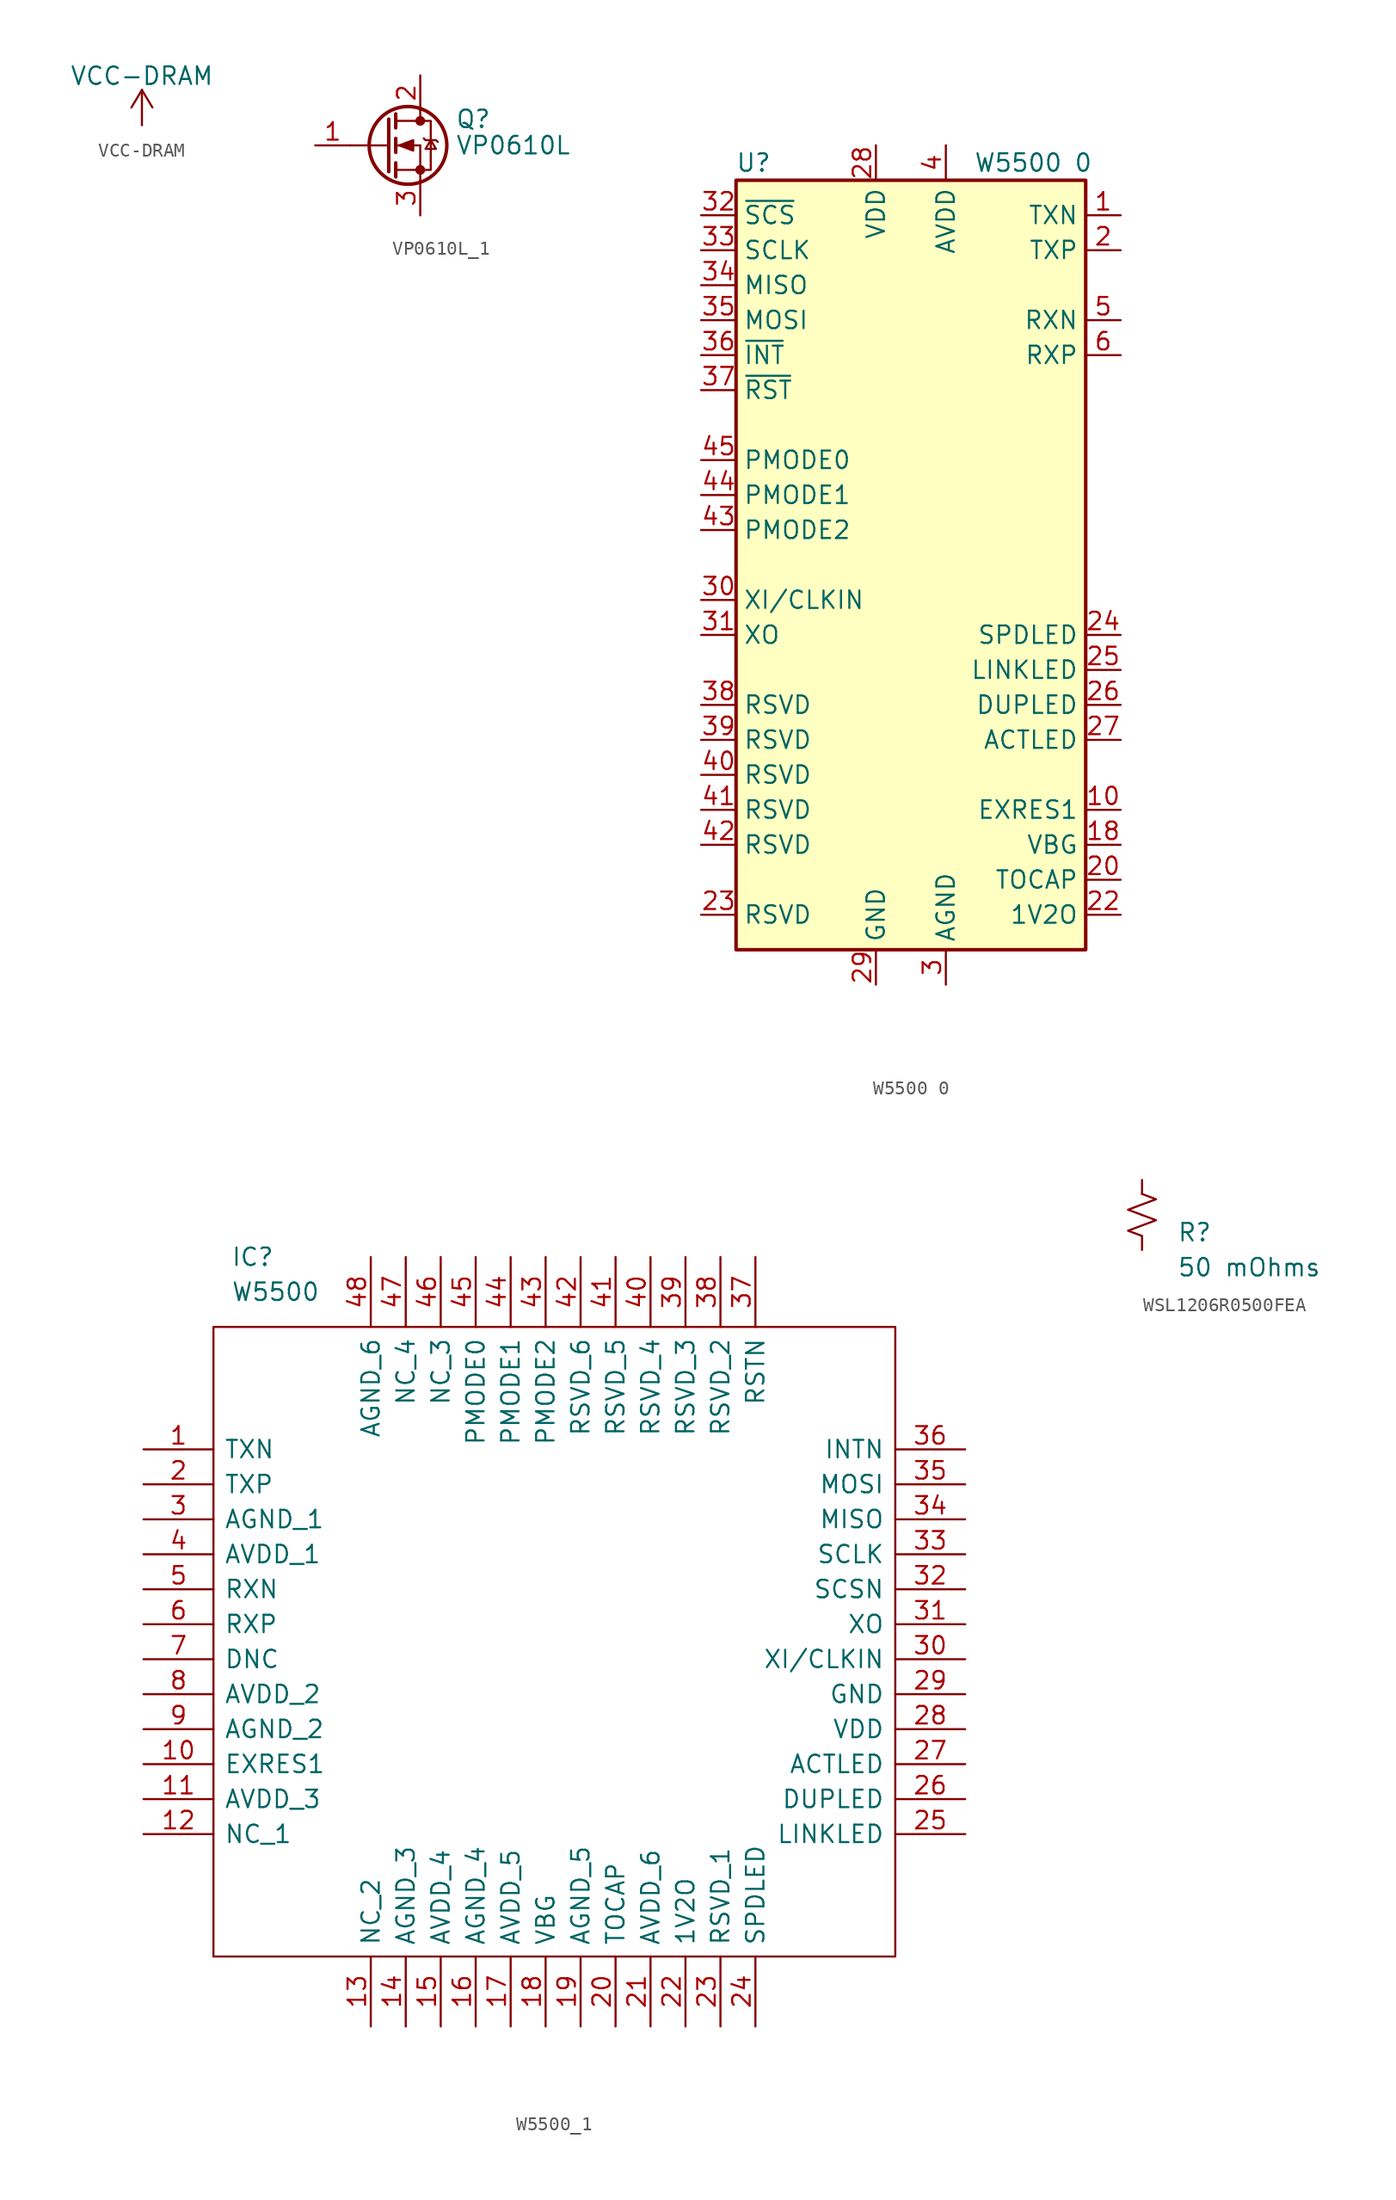
<source format=kicad_sym>
(kicad_symbol_lib
  (version 20231120)
  (generator "kicad_symbol_editor")
  (generator_version "8.0")
  (symbol "VCC-DRAM"
    (power)
    (pin_numbers hide)
    (pin_names
      (offset 0) hide)
    (property "Reference" "#PWR"
      (at 0 -3.81 0)
      (effects (font (size 1.27 1.27)) (hide yes)))
    (property "Value" "VCC-DRAM"
      (at 0 3.556 0)
      (effects (font (size 1.27 1.27))))
    (symbol "VCC-DRAM_0_1"
      (polyline (pts (xy -0.762 1.27) (xy 0 2.54)) (stroke (width 0) (type default)) (fill (type none)))
      (polyline (pts (xy 0 0) (xy 0 2.54)) (stroke (width 0) (type default)) (fill (type none)))
      (polyline (pts (xy 0 2.54) (xy 0.762 1.27)) (stroke (width 0) (type default)) (fill (type none))))
    (symbol "VCC-DRAM_1_1"
      (pin power_in line (at 0 0 90) (length 0) (name "~" (effects (font (size 1.27 1.27)))) (number "1" (effects (font (size 1.27 1.27)))))))
  (symbol "VP0610L_1"
    (pin_names
      (offset 0) hide)
    (property "Reference" "Q"
      (at 5.08 1.905 0)
      (effects (font (size 1.27 1.27)) (justify left)))
    (property "Value" "VP0610L"
      (at 5.08 0 0)
      (effects (font (size 1.27 1.27)) (justify left)))
    (symbol "VP0610L_1_0_1"
      (polyline (pts (xy -2.54 0) (xy 0.254 0)) (stroke (width 0) (type default)) (fill (type none)))
      (polyline (pts (xy 0.762 -1.778) (xy 2.54 -1.778)) (stroke (width 0) (type default)) (fill (type none)))
      (polyline (pts (xy 0.762 -1.27) (xy 0.762 -2.286)) (stroke (width 0.254) (type default)) (fill (type none)))
      (polyline (pts (xy 0.762 0) (xy 2.54 0)) (stroke (width 0) (type default)) (fill (type none)))
      (polyline (pts (xy 0.762 0.508) (xy 0.762 -0.508)) (stroke (width 0.254) (type default)) (fill (type none)))
      (polyline (pts (xy 0.762 1.778) (xy 2.54 1.778)) (stroke (width 0) (type default)) (fill (type none)))
      (polyline (pts (xy 0.762 2.286) (xy 0.762 1.27)) (stroke (width 0.254) (type default)) (fill (type none)))
      (polyline (pts (xy 2.54 -1.778) (xy 2.54 -2.54)) (stroke (width 0) (type default)) (fill (type none)))
      (polyline (pts (xy 2.54 -1.778) (xy 2.54 0)) (stroke (width 0) (type default)) (fill (type none)))
      (polyline (pts (xy 2.54 2.54) (xy 2.54 1.778)) (stroke (width 0) (type default)) (fill (type none)))
      (polyline (pts (xy 0.254 1.905) (xy 0.254 -1.905) (xy 0.254 -1.905)) (stroke (width 0.254) (type default)) (fill (type none)))
      (polyline (pts (xy 1.016 0) (xy 2.032 0.381) (xy 2.032 -0.381) (xy 1.016 0)) (stroke (width 0) (type default)) (fill (type outline)))
      (polyline (pts (xy 2.54 -1.778) (xy 3.302 -1.778) (xy 3.302 1.778) (xy 2.54 1.778)) (stroke (width 0) (type default)) (fill (type none)))
      (polyline (pts (xy 2.794 0.508) (xy 2.921 0.381) (xy 3.683 0.381) (xy 3.81 0.254)) (stroke (width 0) (type default)) (fill (type none)))
      (polyline (pts (xy 3.302 0.381) (xy 2.921 -0.254) (xy 3.683 -0.254) (xy 3.302 0.381)) (stroke (width 0) (type default)) (fill (type none)))
      (circle (center 1.651 0) (radius 2.819) (stroke (width 0.254) (type default)) (fill (type none)))
      (circle (center 2.54 -1.778) (radius 0.279) (stroke (width 0) (type default)) (fill (type outline)))
      (circle (center 2.54 1.778) (radius 0.279) (stroke (width 0) (type default)) (fill (type outline))))
    (symbol "VP0610L_1_1_1"
      (pin input line (at -5.08 0 0) (length 2.54) (name "G" (effects (font (size 1.27 1.27)))) (number "1" (effects (font (size 1.27 1.27)))))
      (pin passive line (at 2.54 5.08 270) (length 2.54) (name "D" (effects (font (size 1.27 1.27)))) (number "2" (effects (font (size 1.27 1.27)))))
      (pin passive line (at 2.54 -5.08 90) (length 2.54) (name "S" (effects (font (size 1.27 1.27)))) (number "3" (effects (font (size 1.27 1.27)))))))
  (symbol "W5500 0"
    (property "Reference" "U"
      (at -11.43 29.21 0)
      (effects (font (size 1.27 1.27))))
    (property "Value" "W5500 0"
      (at 8.89 29.21 0)
      (effects (font (size 1.27 1.27))))
    (symbol "W5500 0_0_1"
      (rectangle (start -12.7 27.94) (end 12.7 -27.94) (stroke (width 0.254) (type default)) (fill (type background))))
    (symbol "W5500 0_1_1"
      (pin output line (at 15.24 25.4 180) (length 2.54) (name "TXN" (effects (font (size 1.27 1.27)))) (number "1" (effects (font (size 1.27 1.27)))))
      (pin passive line (at 15.24 -17.78 180) (length 2.54) (name "EXRES1" (effects (font (size 1.27 1.27)))) (number "10" (effects (font (size 1.27 1.27)))))
      (pin passive line (at 2.54 30.48 270) (length 2.54) hide (name "AVDD" (effects (font (size 1.27 1.27)))) (number "11" (effects (font (size 1.27 1.27)))))
      (pin no_connect line (at 12.7 7.62 180) (length 2.54) hide (name "NC" (effects (font (size 1.27 1.27)))) (number "12" (effects (font (size 1.27 1.27)))))
      (pin no_connect line (at 12.7 5.08 180) (length 2.54) hide (name "NC" (effects (font (size 1.27 1.27)))) (number "13" (effects (font (size 1.27 1.27)))))
      (pin passive line (at 2.54 -30.48 90) (length 2.54) hide (name "AGND" (effects (font (size 1.27 1.27)))) (number "14" (effects (font (size 1.27 1.27)))))
      (pin passive line (at 2.54 30.48 270) (length 2.54) hide (name "AVDD" (effects (font (size 1.27 1.27)))) (number "15" (effects (font (size 1.27 1.27)))))
      (pin passive line (at 2.54 -30.48 90) (length 2.54) hide (name "AGND" (effects (font (size 1.27 1.27)))) (number "16" (effects (font (size 1.27 1.27)))))
      (pin passive line (at 2.54 30.48 270) (length 2.54) hide (name "AVDD" (effects (font (size 1.27 1.27)))) (number "17" (effects (font (size 1.27 1.27)))))
      (pin passive line (at 15.24 -20.32 180) (length 2.54) (name "VBG" (effects (font (size 1.27 1.27)))) (number "18" (effects (font (size 1.27 1.27)))))
      (pin passive line (at 2.54 -30.48 90) (length 2.54) hide (name "AGND" (effects (font (size 1.27 1.27)))) (number "19" (effects (font (size 1.27 1.27)))))
      (pin output line (at 15.24 22.86 180) (length 2.54) (name "TXP" (effects (font (size 1.27 1.27)))) (number "2" (effects (font (size 1.27 1.27)))))
      (pin passive line (at 15.24 -22.86 180) (length 2.54) (name "TOCAP" (effects (font (size 1.27 1.27)))) (number "20" (effects (font (size 1.27 1.27)))))
      (pin passive line (at 2.54 30.48 270) (length 2.54) hide (name "AVDD" (effects (font (size 1.27 1.27)))) (number "21" (effects (font (size 1.27 1.27)))))
      (pin output line (at 15.24 -25.4 180) (length 2.54) (name "1V2O" (effects (font (size 1.27 1.27)))) (number "22" (effects (font (size 1.27 1.27)))))
      (pin input line (at -15.24 -25.4 0) (length 2.54) (name "RSVD" (effects (font (size 1.27 1.27)))) (number "23" (effects (font (size 1.27 1.27)))))
      (pin output line (at 15.24 -5.08 180) (length 2.54) (name "SPDLED" (effects (font (size 1.27 1.27)))) (number "24" (effects (font (size 1.27 1.27)))))
      (pin output line (at 15.24 -7.62 180) (length 2.54) (name "LINKLED" (effects (font (size 1.27 1.27)))) (number "25" (effects (font (size 1.27 1.27)))))
      (pin output line (at 15.24 -10.16 180) (length 2.54) (name "DUPLED" (effects (font (size 1.27 1.27)))) (number "26" (effects (font (size 1.27 1.27)))))
      (pin output line (at 15.24 -12.7 180) (length 2.54) (name "ACTLED" (effects (font (size 1.27 1.27)))) (number "27" (effects (font (size 1.27 1.27)))))
      (pin power_in line (at -2.54 30.48 270) (length 2.54) (name "VDD" (effects (font (size 1.27 1.27)))) (number "28" (effects (font (size 1.27 1.27)))))
      (pin power_in line (at -2.54 -30.48 90) (length 2.54) (name "GND" (effects (font (size 1.27 1.27)))) (number "29" (effects (font (size 1.27 1.27)))))
      (pin power_in line (at 2.54 -30.48 90) (length 2.54) (name "AGND" (effects (font (size 1.27 1.27)))) (number "3" (effects (font (size 1.27 1.27)))))
      (pin input line (at -15.24 -2.54 0) (length 2.54) (name "XI/CLKIN" (effects (font (size 1.27 1.27)))) (number "30" (effects (font (size 1.27 1.27)))))
      (pin output line (at -15.24 -5.08 0) (length 2.54) (name "XO" (effects (font (size 1.27 1.27)))) (number "31" (effects (font (size 1.27 1.27)))))
      (pin input line (at -15.24 25.4 0) (length 2.54) (name "~{SCS}" (effects (font (size 1.27 1.27)))) (number "32" (effects (font (size 1.27 1.27)))))
      (pin input line (at -15.24 22.86 0) (length 2.54) (name "SCLK" (effects (font (size 1.27 1.27)))) (number "33" (effects (font (size 1.27 1.27)))))
      (pin output line (at -15.24 20.32 0) (length 2.54) (name "MISO" (effects (font (size 1.27 1.27)))) (number "34" (effects (font (size 1.27 1.27)))))
      (pin input line (at -15.24 17.78 0) (length 2.54) (name "MOSI" (effects (font (size 1.27 1.27)))) (number "35" (effects (font (size 1.27 1.27)))))
      (pin input line (at -15.24 15.24 0) (length 2.54) (name "~{INT}" (effects (font (size 1.27 1.27)))) (number "36" (effects (font (size 1.27 1.27)))))
      (pin input line (at -15.24 12.7 0) (length 2.54) (name "~{RST}" (effects (font (size 1.27 1.27)))) (number "37" (effects (font (size 1.27 1.27)))))
      (pin input line (at -15.24 -10.16 0) (length 2.54) (name "RSVD" (effects (font (size 1.27 1.27)))) (number "38" (effects (font (size 1.27 1.27)))))
      (pin input line (at -15.24 -12.7 0) (length 2.54) (name "RSVD" (effects (font (size 1.27 1.27)))) (number "39" (effects (font (size 1.27 1.27)))))
      (pin power_in line (at 2.54 30.48 270) (length 2.54) (name "AVDD" (effects (font (size 1.27 1.27)))) (number "4" (effects (font (size 1.27 1.27)))))
      (pin input line (at -15.24 -15.24 0) (length 2.54) (name "RSVD" (effects (font (size 1.27 1.27)))) (number "40" (effects (font (size 1.27 1.27)))))
      (pin input line (at -15.24 -17.78 0) (length 2.54) (name "RSVD" (effects (font (size 1.27 1.27)))) (number "41" (effects (font (size 1.27 1.27)))))
      (pin input line (at -15.24 -20.32 0) (length 2.54) (name "RSVD" (effects (font (size 1.27 1.27)))) (number "42" (effects (font (size 1.27 1.27)))))
      (pin input line (at -15.24 2.54 0) (length 2.54) (name "PMODE2" (effects (font (size 1.27 1.27)))) (number "43" (effects (font (size 1.27 1.27)))))
      (pin input line (at -15.24 5.08 0) (length 2.54) (name "PMODE1" (effects (font (size 1.27 1.27)))) (number "44" (effects (font (size 1.27 1.27)))))
      (pin input line (at -15.24 7.62 0) (length 2.54) (name "PMODE0" (effects (font (size 1.27 1.27)))) (number "45" (effects (font (size 1.27 1.27)))))
      (pin no_connect line (at 12.7 2.54 180) (length 2.54) hide (name "NC" (effects (font (size 1.27 1.27)))) (number "46" (effects (font (size 1.27 1.27)))))
      (pin no_connect line (at 12.7 0 180) (length 2.54) hide (name "NC" (effects (font (size 1.27 1.27)))) (number "47" (effects (font (size 1.27 1.27)))))
      (pin passive line (at 2.54 -30.48 90) (length 2.54) hide (name "AGND" (effects (font (size 1.27 1.27)))) (number "48" (effects (font (size 1.27 1.27)))))
      (pin input line (at 15.24 17.78 180) (length 2.54) (name "RXN" (effects (font (size 1.27 1.27)))) (number "5" (effects (font (size 1.27 1.27)))))
      (pin input line (at 15.24 15.24 180) (length 2.54) (name "RXP" (effects (font (size 1.27 1.27)))) (number "6" (effects (font (size 1.27 1.27)))))
      (pin no_connect line (at 12.7 10.16 180) (length 2.54) hide (name "DNC" (effects (font (size 1.27 1.27)))) (number "7" (effects (font (size 1.27 1.27)))))
      (pin passive line (at 2.54 30.48 270) (length 2.54) hide (name "AVDD" (effects (font (size 1.27 1.27)))) (number "8" (effects (font (size 1.27 1.27)))))
      (pin passive line (at 2.54 -30.48 90) (length 2.54) hide (name "AGND" (effects (font (size 1.27 1.27)))) (number "9" (effects (font (size 1.27 1.27)))))))
  (symbol "W5500_1"
    (pin_names
      (offset 0.762))
    (property "Reference" "IC"
      (at -24.13 27.94 0)
      (effects (font (size 1.27 1.27)) (justify left)))
    (property "Value" "W5500"
      (at -24.13 25.4 0)
      (effects (font (size 1.27 1.27)) (justify left)))
    (symbol "W5500_1_0_0"
      (pin unspecified line (at -30.48 13.97 0) (length 5.08) (name "TXN" (effects (font (size 1.27 1.27)))) (number "1" (effects (font (size 1.27 1.27)))))
      (pin unspecified line (at -30.48 -8.89 0) (length 5.08) (name "EXRES1" (effects (font (size 1.27 1.27)))) (number "10" (effects (font (size 1.27 1.27)))))
      (pin power_in line (at -30.48 -11.43 0) (length 5.08) (name "AVDD_3" (effects (font (size 1.27 1.27)))) (number "11" (effects (font (size 1.27 1.27)))))
      (pin unspecified line (at -30.48 -13.97 0) (length 5.08) (name "NC_1" (effects (font (size 1.27 1.27)))) (number "12" (effects (font (size 1.27 1.27)))))
      (pin unspecified line (at -13.97 -27.94 90) (length 5.08) (name "NC_2" (effects (font (size 1.27 1.27)))) (number "13" (effects (font (size 1.27 1.27)))))
      (pin power_in line (at -11.43 -27.94 90) (length 5.08) (name "AGND_3" (effects (font (size 1.27 1.27)))) (number "14" (effects (font (size 1.27 1.27)))))
      (pin power_in line (at -8.89 -27.94 90) (length 5.08) (name "AVDD_4" (effects (font (size 1.27 1.27)))) (number "15" (effects (font (size 1.27 1.27)))))
      (pin power_in line (at -6.35 -27.94 90) (length 5.08) (name "AGND_4" (effects (font (size 1.27 1.27)))) (number "16" (effects (font (size 1.27 1.27)))))
      (pin power_in line (at -3.81 -27.94 90) (length 5.08) (name "AVDD_5" (effects (font (size 1.27 1.27)))) (number "17" (effects (font (size 1.27 1.27)))))
      (pin unspecified line (at -1.27 -27.94 90) (length 5.08) (name "VBG" (effects (font (size 1.27 1.27)))) (number "18" (effects (font (size 1.27 1.27)))))
      (pin power_in line (at 1.27 -27.94 90) (length 5.08) (name "AGND_5" (effects (font (size 1.27 1.27)))) (number "19" (effects (font (size 1.27 1.27)))))
      (pin unspecified line (at -30.48 11.43 0) (length 5.08) (name "TXP" (effects (font (size 1.27 1.27)))) (number "2" (effects (font (size 1.27 1.27)))))
      (pin unspecified line (at 3.81 -27.94 90) (length 5.08) (name "TOCAP" (effects (font (size 1.27 1.27)))) (number "20" (effects (font (size 1.27 1.27)))))
      (pin power_in line (at 6.35 -27.94 90) (length 5.08) (name "AVDD_6" (effects (font (size 1.27 1.27)))) (number "21" (effects (font (size 1.27 1.27)))))
      (pin unspecified line (at 8.89 -27.94 90) (length 5.08) (name "1V2O" (effects (font (size 1.27 1.27)))) (number "22" (effects (font (size 1.27 1.27)))))
      (pin unspecified line (at 11.43 -27.94 90) (length 5.08) (name "RSVD_1" (effects (font (size 1.27 1.27)))) (number "23" (effects (font (size 1.27 1.27)))))
      (pin unspecified line (at 13.97 -27.94 90) (length 5.08) (name "SPDLED" (effects (font (size 1.27 1.27)))) (number "24" (effects (font (size 1.27 1.27)))))
      (pin input line (at 29.21 -13.97 180) (length 5.08) (name "LINKLED" (effects (font (size 1.27 1.27)))) (number "25" (effects (font (size 1.27 1.27)))))
      (pin unspecified line (at 29.21 -11.43 180) (length 5.08) (name "DUPLED" (effects (font (size 1.27 1.27)))) (number "26" (effects (font (size 1.27 1.27)))))
      (pin unspecified line (at 29.21 -8.89 180) (length 5.08) (name "ACTLED" (effects (font (size 1.27 1.27)))) (number "27" (effects (font (size 1.27 1.27)))))
      (pin power_in line (at 29.21 -6.35 180) (length 5.08) (name "VDD" (effects (font (size 1.27 1.27)))) (number "28" (effects (font (size 1.27 1.27)))))
      (pin power_in line (at 29.21 -3.81 180) (length 5.08) (name "GND" (effects (font (size 1.27 1.27)))) (number "29" (effects (font (size 1.27 1.27)))))
      (pin power_in line (at -30.48 8.89 0) (length 5.08) (name "AGND_1" (effects (font (size 1.27 1.27)))) (number "3" (effects (font (size 1.27 1.27)))))
      (pin input line (at 29.21 -1.27 180) (length 5.08) (name "XI/CLKIN" (effects (font (size 1.27 1.27)))) (number "30" (effects (font (size 1.27 1.27)))))
      (pin unspecified line (at 29.21 1.27 180) (length 5.08) (name "XO" (effects (font (size 1.27 1.27)))) (number "31" (effects (font (size 1.27 1.27)))))
      (pin input line (at 29.21 3.81 180) (length 5.08) (name "SCSN" (effects (font (size 1.27 1.27)))) (number "32" (effects (font (size 1.27 1.27)))))
      (pin input line (at 29.21 6.35 180) (length 5.08) (name "SCLK" (effects (font (size 1.27 1.27)))) (number "33" (effects (font (size 1.27 1.27)))))
      (pin unspecified line (at 29.21 8.89 180) (length 5.08) (name "MISO" (effects (font (size 1.27 1.27)))) (number "34" (effects (font (size 1.27 1.27)))))
      (pin unspecified line (at 29.21 11.43 180) (length 5.08) (name "MOSI" (effects (font (size 1.27 1.27)))) (number "35" (effects (font (size 1.27 1.27)))))
      (pin input line (at 29.21 13.97 180) (length 5.08) (name "INTN" (effects (font (size 1.27 1.27)))) (number "36" (effects (font (size 1.27 1.27)))))
      (pin input line (at 13.97 27.94 270) (length 5.08) (name "RSTN" (effects (font (size 1.27 1.27)))) (number "37" (effects (font (size 1.27 1.27)))))
      (pin unspecified line (at 11.43 27.94 270) (length 5.08) (name "RSVD_2" (effects (font (size 1.27 1.27)))) (number "38" (effects (font (size 1.27 1.27)))))
      (pin unspecified line (at 8.89 27.94 270) (length 5.08) (name "RSVD_3" (effects (font (size 1.27 1.27)))) (number "39" (effects (font (size 1.27 1.27)))))
      (pin power_in line (at -30.48 6.35 0) (length 5.08) (name "AVDD_1" (effects (font (size 1.27 1.27)))) (number "4" (effects (font (size 1.27 1.27)))))
      (pin unspecified line (at 6.35 27.94 270) (length 5.08) (name "RSVD_4" (effects (font (size 1.27 1.27)))) (number "40" (effects (font (size 1.27 1.27)))))
      (pin unspecified line (at 3.81 27.94 270) (length 5.08) (name "RSVD_5" (effects (font (size 1.27 1.27)))) (number "41" (effects (font (size 1.27 1.27)))))
      (pin unspecified line (at 1.27 27.94 270) (length 5.08) (name "RSVD_6" (effects (font (size 1.27 1.27)))) (number "42" (effects (font (size 1.27 1.27)))))
      (pin unspecified line (at -1.27 27.94 270) (length 5.08) (name "PMODE2" (effects (font (size 1.27 1.27)))) (number "43" (effects (font (size 1.27 1.27)))))
      (pin unspecified line (at -3.81 27.94 270) (length 5.08) (name "PMODE1" (effects (font (size 1.27 1.27)))) (number "44" (effects (font (size 1.27 1.27)))))
      (pin unspecified line (at -6.35 27.94 270) (length 5.08) (name "PMODE0" (effects (font (size 1.27 1.27)))) (number "45" (effects (font (size 1.27 1.27)))))
      (pin unspecified line (at -8.89 27.94 270) (length 5.08) (name "NC_3" (effects (font (size 1.27 1.27)))) (number "46" (effects (font (size 1.27 1.27)))))
      (pin unspecified line (at -11.43 27.94 270) (length 5.08) (name "NC_4" (effects (font (size 1.27 1.27)))) (number "47" (effects (font (size 1.27 1.27)))))
      (pin power_in line (at -13.97 27.94 270) (length 5.08) (name "AGND_6" (effects (font (size 1.27 1.27)))) (number "48" (effects (font (size 1.27 1.27)))))
      (pin unspecified line (at -30.48 3.81 0) (length 5.08) (name "RXN" (effects (font (size 1.27 1.27)))) (number "5" (effects (font (size 1.27 1.27)))))
      (pin unspecified line (at -30.48 1.27 0) (length 5.08) (name "RXP" (effects (font (size 1.27 1.27)))) (number "6" (effects (font (size 1.27 1.27)))))
      (pin unspecified line (at -30.48 -1.27 0) (length 5.08) (name "DNC" (effects (font (size 1.27 1.27)))) (number "7" (effects (font (size 1.27 1.27)))))
      (pin power_in line (at -30.48 -3.81 0) (length 5.08) (name "AVDD_2" (effects (font (size 1.27 1.27)))) (number "8" (effects (font (size 1.27 1.27)))))
      (pin power_in line (at -30.48 -6.35 0) (length 5.08) (name "AGND_2" (effects (font (size 1.27 1.27)))) (number "9" (effects (font (size 1.27 1.27))))))
    (symbol "W5500_1_0_1"
      (rectangle (start -25.4 22.86) (end 24.13 -22.86) (stroke (width 0) (type default)) (fill (type none)))))
  (symbol "WSL1206R0500FEA"
    (pin_numbers hide)
    (pin_names
      (offset 0.254) hide)
    (property "Reference" "R"
      (at 2.54 -1.27 0)
      (effects (font (size 1.27 1.27)) (justify left)))
    (property "Value" "50 mOhms"
      (at 2.54 -3.81 0)
      (effects (font (size 1.27 1.27)) (justify left)))
    (symbol "WSL1206R0500FEA_1_1"
      (polyline (pts (xy 0 0) (xy 1.016 -0.381) (xy 0 -0.762) (xy -1.016 -1.143) (xy 0 -1.524)) (stroke (width 0) (type default)) (fill (type none)))
      (polyline (pts (xy 0 1.524) (xy 1.016 1.143) (xy 0 0.762) (xy -1.016 0.381) (xy 0 0)) (stroke (width 0) (type default)) (fill (type none)))
      (pin passive line (at 0 2.54 270) (length 1.016) (name "~" (effects (font (size 1.27 1.27)))) (number "1" (effects (font (size 1.27 1.27)))))
      (pin passive line (at 0 -2.54 90) (length 1.016) (name "~" (effects (font (size 1.27 1.27)))) (number "2" (effects (font (size 1.27 1.27))))))))
</source>
